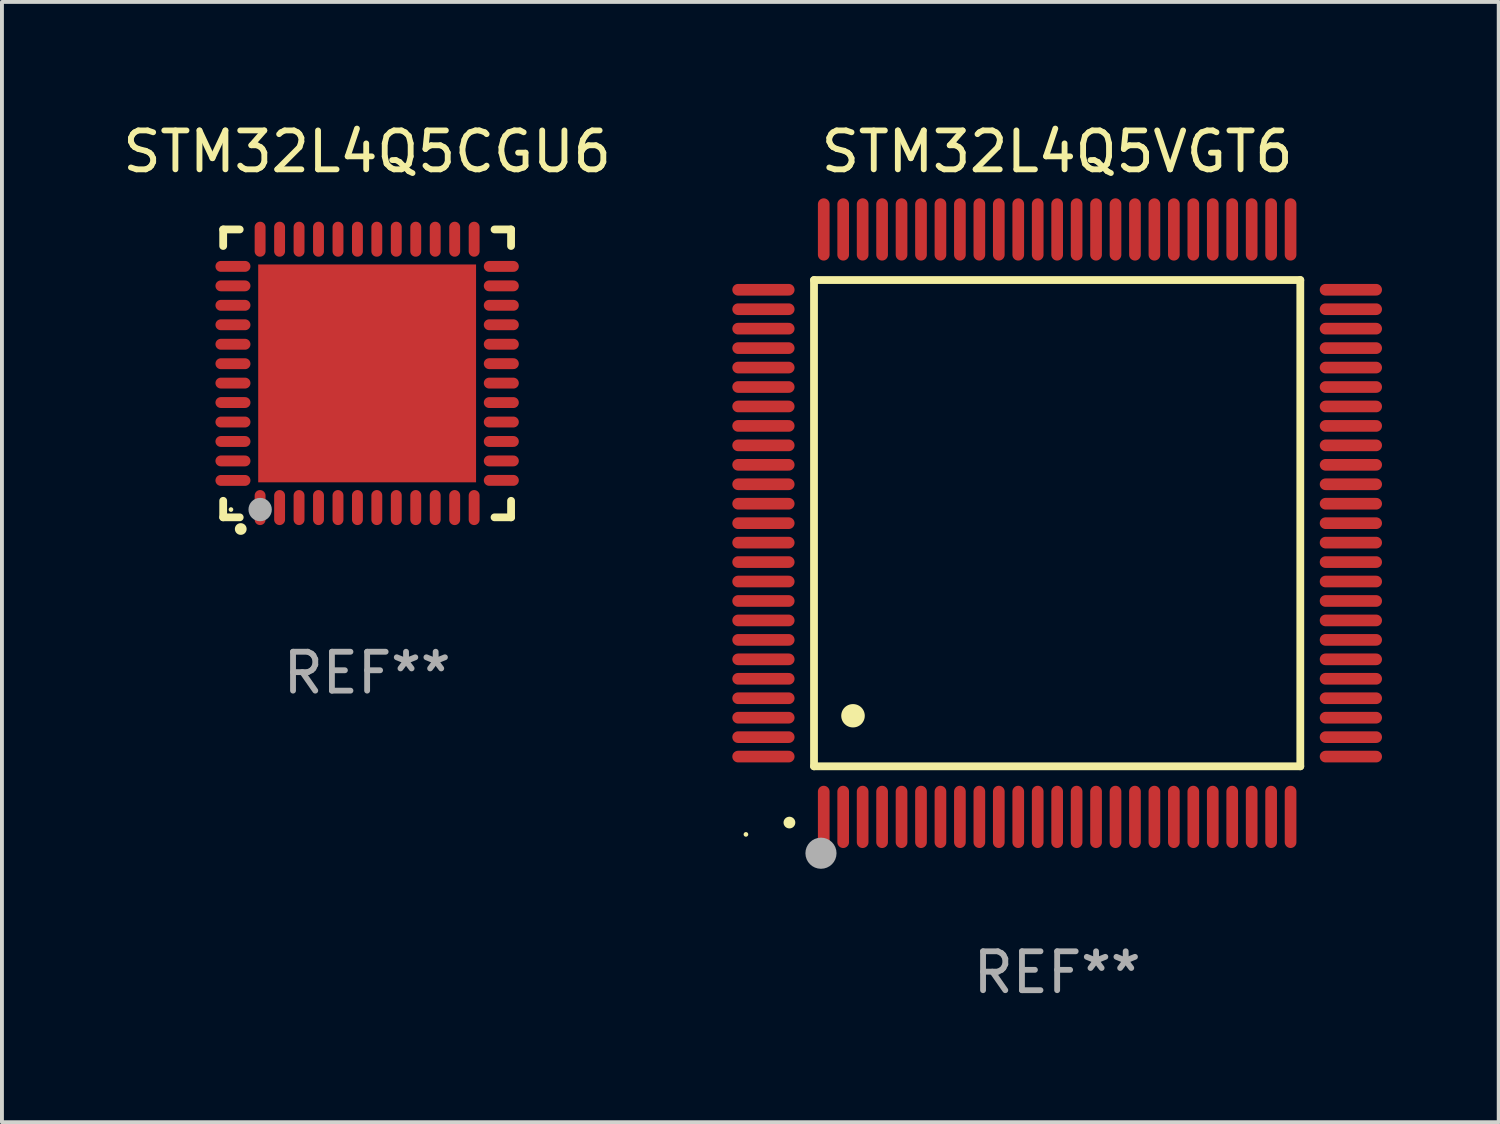
<source format=kicad_pcb>
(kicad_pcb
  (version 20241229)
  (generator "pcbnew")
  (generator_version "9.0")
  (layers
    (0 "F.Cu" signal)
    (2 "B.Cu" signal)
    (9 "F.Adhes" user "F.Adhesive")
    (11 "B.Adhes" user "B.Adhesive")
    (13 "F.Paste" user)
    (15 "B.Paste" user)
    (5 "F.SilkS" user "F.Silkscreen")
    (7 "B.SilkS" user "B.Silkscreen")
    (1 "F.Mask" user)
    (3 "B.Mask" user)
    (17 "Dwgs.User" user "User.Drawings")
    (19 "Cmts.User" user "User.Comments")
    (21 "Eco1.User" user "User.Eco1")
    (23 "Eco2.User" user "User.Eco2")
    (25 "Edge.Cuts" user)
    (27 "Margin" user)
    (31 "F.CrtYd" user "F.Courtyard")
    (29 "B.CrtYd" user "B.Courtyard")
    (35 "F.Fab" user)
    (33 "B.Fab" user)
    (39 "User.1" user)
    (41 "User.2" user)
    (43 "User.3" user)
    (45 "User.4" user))
  (footprint "STM32L4Q5VGT6"
    (layer "F.Cu")
    (at 24.124 10.398)
    (property "Reference" "STM32L4Q5VGT6" (at 0 -9.55 0) (layer "F.SilkS") (effects (font (size 1 1) (thickness 0.15))))
    (attr through_hole)
    (fp_line (start -6.25 -6.25) (end -6.25 6.25) (stroke (width 0.2) (type solid)) (layer "F.SilkS"))
    (fp_line (start -6.25 6.25) (end 6.25 6.25) (stroke (width 0.2) (type solid)) (layer "F.SilkS"))
    (fp_line (start 6.25 -6.25) (end -6.25 -6.25) (stroke (width 0.2) (type solid)) (layer "F.SilkS"))
    (fp_line (start 6.25 6.25) (end 6.25 -6.25) (stroke (width 0.2) (type solid)) (layer "F.SilkS"))
    (fp_arc (start -6.883414 7.696215) (mid -6.882144 7.69621) (end -6.880874 7.696215) (stroke (width 0.3) (type solid)) (layer "F.SilkS"))
    (fp_arc (start -5.250191 4.95047) (mid -5.247651 4.950459) (end -5.245111 4.95047) (stroke (width 0.6) (type solid)) (layer "F.SilkS"))
    (fp_circle (center -8 8) (end -7.97 8) (stroke (width 0.06) (type solid)) (fill no) (layer "F.SilkS"))
    (fp_circle (center -6.071 8.484) (end -5.871 8.484) (stroke (width 0.4) (type solid)) (fill no) (layer "F.Fab"))
    (fp_text user "REF**" (at 0 11.55 0) (layer "F.Fab") (effects (font (size 1 1) (thickness 0.15))))
    (pad "1" smd oval (at -6 7.55) (size 0.3 1.6) (layers "F.Cu" "F.Mask" "F.Paste"))
    (pad "2" smd oval (at -5.5 7.55) (size 0.3 1.6) (layers "F.Cu" "F.Mask" "F.Paste"))
    (pad "3" smd oval (at -5 7.55) (size 0.3 1.6) (layers "F.Cu" "F.Mask" "F.Paste"))
    (pad "4" smd oval (at -4.5 7.55) (size 0.3 1.6) (layers "F.Cu" "F.Mask" "F.Paste"))
    (pad "5" smd oval (at -4 7.55) (size 0.3 1.6) (layers "F.Cu" "F.Mask" "F.Paste"))
    (pad "6" smd oval (at -3.5 7.55) (size 0.3 1.6) (layers "F.Cu" "F.Mask" "F.Paste"))
    (pad "7" smd oval (at -3 7.55) (size 0.3 1.6) (layers "F.Cu" "F.Mask" "F.Paste"))
    (pad "8" smd oval (at -2.5 7.55) (size 0.3 1.6) (layers "F.Cu" "F.Mask" "F.Paste"))
    (pad "9" smd oval (at -2 7.55) (size 0.3 1.6) (layers "F.Cu" "F.Mask" "F.Paste"))
    (pad "10" smd oval (at -1.5 7.55) (size 0.3 1.6) (layers "F.Cu" "F.Mask" "F.Paste"))
    (pad "11" smd oval (at -1 7.55) (size 0.3 1.6) (layers "F.Cu" "F.Mask" "F.Paste"))
    (pad "12" smd oval (at -0.5 7.55) (size 0.3 1.6) (layers "F.Cu" "F.Mask" "F.Paste"))
    (pad "13" smd oval (at 0 7.55) (size 0.3 1.6) (layers "F.Cu" "F.Mask" "F.Paste"))
    (pad "14" smd oval (at 0.5 7.55) (size 0.3 1.6) (layers "F.Cu" "F.Mask" "F.Paste"))
    (pad "15" smd oval (at 1 7.55) (size 0.3 1.6) (layers "F.Cu" "F.Mask" "F.Paste"))
    (pad "16" smd oval (at 1.5 7.55) (size 0.3 1.6) (layers "F.Cu" "F.Mask" "F.Paste"))
    (pad "17" smd oval (at 2 7.55) (size 0.3 1.6) (layers "F.Cu" "F.Mask" "F.Paste"))
    (pad "18" smd oval (at 2.5 7.55) (size 0.3 1.6) (layers "F.Cu" "F.Mask" "F.Paste"))
    (pad "19" smd oval (at 3 7.55) (size 0.3 1.6) (layers "F.Cu" "F.Mask" "F.Paste"))
    (pad "20" smd oval (at 3.5 7.55) (size 0.3 1.6) (layers "F.Cu" "F.Mask" "F.Paste"))
    (pad "21" smd oval (at 4 7.55) (size 0.3 1.6) (layers "F.Cu" "F.Mask" "F.Paste"))
    (pad "22" smd oval (at 4.5 7.55) (size 0.3 1.6) (layers "F.Cu" "F.Mask" "F.Paste"))
    (pad "23" smd oval (at 5 7.55) (size 0.3 1.6) (layers "F.Cu" "F.Mask" "F.Paste"))
    (pad "24" smd oval (at 5.5 7.55) (size 0.3 1.6) (layers "F.Cu" "F.Mask" "F.Paste"))
    (pad "25" smd oval (at 6 7.55) (size 0.3 1.6) (layers "F.Cu" "F.Mask" "F.Paste"))
    (pad "26" smd oval (at 7.55 6) (size 1.6 0.3) (layers "F.Cu" "F.Mask" "F.Paste"))
    (pad "27" smd oval (at 7.55 5.5) (size 1.6 0.3) (layers "F.Cu" "F.Mask" "F.Paste"))
    (pad "28" smd oval (at 7.55 5) (size 1.6 0.3) (layers "F.Cu" "F.Mask" "F.Paste"))
    (pad "29" smd oval (at 7.55 4.5) (size 1.6 0.3) (layers "F.Cu" "F.Mask" "F.Paste"))
    (pad "30" smd oval (at 7.55 4) (size 1.6 0.3) (layers "F.Cu" "F.Mask" "F.Paste"))
    (pad "31" smd oval (at 7.55 3.5) (size 1.6 0.3) (layers "F.Cu" "F.Mask" "F.Paste"))
    (pad "32" smd oval (at 7.55 3) (size 1.6 0.3) (layers "F.Cu" "F.Mask" "F.Paste"))
    (pad "33" smd oval (at 7.55 2.5) (size 1.6 0.3) (layers "F.Cu" "F.Mask" "F.Paste"))
    (pad "34" smd oval (at 7.55 2) (size 1.6 0.3) (layers "F.Cu" "F.Mask" "F.Paste"))
    (pad "35" smd oval (at 7.55 1.5) (size 1.6 0.3) (layers "F.Cu" "F.Mask" "F.Paste"))
    (pad "36" smd oval (at 7.55 1) (size 1.6 0.3) (layers "F.Cu" "F.Mask" "F.Paste"))
    (pad "37" smd oval (at 7.55 0.5) (size 1.6 0.3) (layers "F.Cu" "F.Mask" "F.Paste"))
    (pad "38" smd oval (at 7.55 0) (size 1.6 0.3) (layers "F.Cu" "F.Mask" "F.Paste"))
    (pad "39" smd oval (at 7.55 -0.5) (size 1.6 0.3) (layers "F.Cu" "F.Mask" "F.Paste"))
    (pad "40" smd oval (at 7.55 -1) (size 1.6 0.3) (layers "F.Cu" "F.Mask" "F.Paste"))
    (pad "41" smd oval (at 7.55 -1.5) (size 1.6 0.3) (layers "F.Cu" "F.Mask" "F.Paste"))
    (pad "42" smd oval (at 7.55 -2) (size 1.6 0.3) (layers "F.Cu" "F.Mask" "F.Paste"))
    (pad "43" smd oval (at 7.55 -2.5) (size 1.6 0.3) (layers "F.Cu" "F.Mask" "F.Paste"))
    (pad "44" smd oval (at 7.55 -3) (size 1.6 0.3) (layers "F.Cu" "F.Mask" "F.Paste"))
    (pad "45" smd oval (at 7.55 -3.5) (size 1.6 0.3) (layers "F.Cu" "F.Mask" "F.Paste"))
    (pad "46" smd oval (at 7.55 -4) (size 1.6 0.3) (layers "F.Cu" "F.Mask" "F.Paste"))
    (pad "47" smd oval (at 7.55 -4.5) (size 1.6 0.3) (layers "F.Cu" "F.Mask" "F.Paste"))
    (pad "48" smd oval (at 7.55 -5) (size 1.6 0.3) (layers "F.Cu" "F.Mask" "F.Paste"))
    (pad "49" smd oval (at 7.55 -5.5) (size 1.6 0.3) (layers "F.Cu" "F.Mask" "F.Paste"))
    (pad "50" smd oval (at 7.55 -6) (size 1.6 0.3) (layers "F.Cu" "F.Mask" "F.Paste"))
    (pad "51" smd oval (at 6 -7.55) (size 0.3 1.6) (layers "F.Cu" "F.Mask" "F.Paste"))
    (pad "52" smd oval (at 5.5 -7.55) (size 0.3 1.6) (layers "F.Cu" "F.Mask" "F.Paste"))
    (pad "53" smd oval (at 5 -7.55) (size 0.3 1.6) (layers "F.Cu" "F.Mask" "F.Paste"))
    (pad "54" smd oval (at 4.5 -7.55) (size 0.3 1.6) (layers "F.Cu" "F.Mask" "F.Paste"))
    (pad "55" smd oval (at 4 -7.55) (size 0.3 1.6) (layers "F.Cu" "F.Mask" "F.Paste"))
    (pad "56" smd oval (at 3.5 -7.55) (size 0.3 1.6) (layers "F.Cu" "F.Mask" "F.Paste"))
    (pad "57" smd oval (at 3 -7.55) (size 0.3 1.6) (layers "F.Cu" "F.Mask" "F.Paste"))
    (pad "58" smd oval (at 2.5 -7.55) (size 0.3 1.6) (layers "F.Cu" "F.Mask" "F.Paste"))
    (pad "59" smd oval (at 2 -7.55) (size 0.3 1.6) (layers "F.Cu" "F.Mask" "F.Paste"))
    (pad "60" smd oval (at 1.5 -7.55) (size 0.3 1.6) (layers "F.Cu" "F.Mask" "F.Paste"))
    (pad "61" smd oval (at 1 -7.55) (size 0.3 1.6) (layers "F.Cu" "F.Mask" "F.Paste"))
    (pad "62" smd oval (at 0.5 -7.55) (size 0.3 1.6) (layers "F.Cu" "F.Mask" "F.Paste"))
    (pad "63" smd oval (at 0 -7.55) (size 0.3 1.6) (layers "F.Cu" "F.Mask" "F.Paste"))
    (pad "64" smd oval (at -0.5 -7.55) (size 0.3 1.6) (layers "F.Cu" "F.Mask" "F.Paste"))
    (pad "65" smd oval (at -1 -7.55) (size 0.3 1.6) (layers "F.Cu" "F.Mask" "F.Paste"))
    (pad "66" smd oval (at -1.5 -7.55) (size 0.3 1.6) (layers "F.Cu" "F.Mask" "F.Paste"))
    (pad "67" smd oval (at -2 -7.55) (size 0.3 1.6) (layers "F.Cu" "F.Mask" "F.Paste"))
    (pad "68" smd oval (at -2.5 -7.55) (size 0.3 1.6) (layers "F.Cu" "F.Mask" "F.Paste"))
    (pad "69" smd oval (at -3 -7.55) (size 0.3 1.6) (layers "F.Cu" "F.Mask" "F.Paste"))
    (pad "70" smd oval (at -3.5 -7.55) (size 0.3 1.6) (layers "F.Cu" "F.Mask" "F.Paste"))
    (pad "71" smd oval (at -4 -7.55) (size 0.3 1.6) (layers "F.Cu" "F.Mask" "F.Paste"))
    (pad "72" smd oval (at -4.5 -7.55) (size 0.3 1.6) (layers "F.Cu" "F.Mask" "F.Paste"))
    (pad "73" smd oval (at -5 -7.55) (size 0.3 1.6) (layers "F.Cu" "F.Mask" "F.Paste"))
    (pad "74" smd oval (at -5.5 -7.55) (size 0.3 1.6) (layers "F.Cu" "F.Mask" "F.Paste"))
    (pad "75" smd oval (at -6 -7.55) (size 0.3 1.6) (layers "F.Cu" "F.Mask" "F.Paste"))
    (pad "76" smd oval (at -7.55 -6) (size 1.6 0.3) (layers "F.Cu" "F.Mask" "F.Paste"))
    (pad "77" smd oval (at -7.55 -5.5) (size 1.6 0.3) (layers "F.Cu" "F.Mask" "F.Paste"))
    (pad "78" smd oval (at -7.55 -5) (size 1.6 0.3) (layers "F.Cu" "F.Mask" "F.Paste"))
    (pad "79" smd oval (at -7.55 -4.5) (size 1.6 0.3) (layers "F.Cu" "F.Mask" "F.Paste"))
    (pad "80" smd oval (at -7.55 -4) (size 1.6 0.3) (layers "F.Cu" "F.Mask" "F.Paste"))
    (pad "81" smd oval (at -7.55 -3.5) (size 1.6 0.3) (layers "F.Cu" "F.Mask" "F.Paste"))
    (pad "82" smd oval (at -7.55 -3) (size 1.6 0.3) (layers "F.Cu" "F.Mask" "F.Paste"))
    (pad "83" smd oval (at -7.55 -2.5) (size 1.6 0.3) (layers "F.Cu" "F.Mask" "F.Paste"))
    (pad "84" smd oval (at -7.55 -2) (size 1.6 0.3) (layers "F.Cu" "F.Mask" "F.Paste"))
    (pad "85" smd oval (at -7.55 -1.5) (size 1.6 0.3) (layers "F.Cu" "F.Mask" "F.Paste"))
    (pad "86" smd oval (at -7.55 -1) (size 1.6 0.3) (layers "F.Cu" "F.Mask" "F.Paste"))
    (pad "87" smd oval (at -7.55 -0.5) (size 1.6 0.3) (layers "F.Cu" "F.Mask" "F.Paste"))
    (pad "88" smd oval (at -7.55 0) (size 1.6 0.3) (layers "F.Cu" "F.Mask" "F.Paste"))
    (pad "89" smd oval (at -7.55 0.5) (size 1.6 0.3) (layers "F.Cu" "F.Mask" "F.Paste"))
    (pad "90" smd oval (at -7.55 1) (size 1.6 0.3) (layers "F.Cu" "F.Mask" "F.Paste"))
    (pad "91" smd oval (at -7.55 1.5) (size 1.6 0.3) (layers "F.Cu" "F.Mask" "F.Paste"))
    (pad "92" smd oval (at -7.55 2) (size 1.6 0.3) (layers "F.Cu" "F.Mask" "F.Paste"))
    (pad "93" smd oval (at -7.55 2.5) (size 1.6 0.3) (layers "F.Cu" "F.Mask" "F.Paste"))
    (pad "94" smd oval (at -7.55 3) (size 1.6 0.3) (layers "F.Cu" "F.Mask" "F.Paste"))
    (pad "95" smd oval (at -7.55 3.5) (size 1.6 0.3) (layers "F.Cu" "F.Mask" "F.Paste"))
    (pad "96" smd oval (at -7.55 4) (size 1.6 0.3) (layers "F.Cu" "F.Mask" "F.Paste"))
    (pad "97" smd oval (at -7.55 4.5) (size 1.6 0.3) (layers "F.Cu" "F.Mask" "F.Paste"))
    (pad "98" smd oval (at -7.55 5) (size 1.6 0.3) (layers "F.Cu" "F.Mask" "F.Paste"))
    (pad "99" smd oval (at -7.55 5.5) (size 1.6 0.3) (layers "F.Cu" "F.Mask" "F.Paste"))
    (pad "100" smd oval (at -7.55 6) (size 1.6 0.3) (layers "F.Cu" "F.Mask" "F.Paste")))
  (footprint "STM32L4Q5CGU6"
    (layer "F.Cu")
    (at 6.387 6.548)
    (property "Reference" "STM32L4Q5CGU6" (at 0 -5.7 0) (layer "F.SilkS") (effects (font (size 1 1) (thickness 0.15))))
    (attr through_hole)
    (fp_line (start -3.7 -3.7) (end -3.275 -3.7) (stroke (width 0.2) (type solid)) (layer "F.SilkS"))
    (fp_line (start -3.7 -3.275) (end -3.7 -3.7) (stroke (width 0.2) (type solid)) (layer "F.SilkS"))
    (fp_line (start -3.7 3.7) (end -3.7 3.275) (stroke (width 0.2) (type solid)) (layer "F.SilkS"))
    (fp_line (start -3.275 3.7) (end -3.7 3.7) (stroke (width 0.2) (type solid)) (layer "F.SilkS"))
    (fp_line (start 3.7 -3.7) (end 3.275 -3.7) (stroke (width 0.2) (type solid)) (layer "F.SilkS"))
    (fp_line (start 3.7 -3.275) (end 3.7 -3.7) (stroke (width 0.2) (type solid)) (layer "F.SilkS"))
    (fp_line (start 3.7 3.275) (end 3.7 3.7) (stroke (width 0.2) (type solid)) (layer "F.SilkS"))
    (fp_line (start 3.7 3.7) (end 3.275 3.7) (stroke (width 0.2) (type solid)) (layer "F.SilkS"))
    (fp_arc (start -3.249936 3.999975) (mid -3.248666 3.99997) (end -3.247396 3.999975) (stroke (width 0.3) (type solid)) (layer "F.SilkS"))
    (fp_circle (center -3.5 3.5) (end -3.47 3.5) (stroke (width 0.06) (type solid)) (fill no) (layer "F.SilkS"))
    (fp_circle (center -2.75 3.5) (end -2.6 3.5) (stroke (width 0.3) (type solid)) (fill no) (layer "F.Fab"))
    (fp_text user "REF**" (at 0 7.7 0) (layer "F.Fab") (effects (font (size 1 1) (thickness 0.15))))
    (pad "1" smd oval (at -2.751 3.449) (size 0.28 0.9) (layers "F.Cu" "F.Mask" "F.Paste"))
    (pad "2" smd oval (at -2.25 3.449) (size 0.28 0.9) (layers "F.Cu" "F.Mask" "F.Paste"))
    (pad "3" smd oval (at -1.75 3.449) (size 0.28 0.9) (layers "F.Cu" "F.Mask" "F.Paste"))
    (pad "4" smd oval (at -1.25 3.449) (size 0.28 0.9) (layers "F.Cu" "F.Mask" "F.Paste"))
    (pad "5" smd oval (at -0.749 3.449) (size 0.28 0.9) (layers "F.Cu" "F.Mask" "F.Paste"))
    (pad "6" smd oval (at -0.249 3.449) (size 0.28 0.9) (layers "F.Cu" "F.Mask" "F.Paste"))
    (pad "7" smd oval (at 0.249 3.449) (size 0.28 0.9) (layers "F.Cu" "F.Mask" "F.Paste"))
    (pad "8" smd oval (at 0.749 3.449) (size 0.28 0.9) (layers "F.Cu" "F.Mask" "F.Paste"))
    (pad "9" smd oval (at 1.25 3.449) (size 0.28 0.9) (layers "F.Cu" "F.Mask" "F.Paste"))
    (pad "10" smd oval (at 1.75 3.449) (size 0.28 0.9) (layers "F.Cu" "F.Mask" "F.Paste"))
    (pad "11" smd oval (at 2.251 3.449) (size 0.28 0.9) (layers "F.Cu" "F.Mask" "F.Paste"))
    (pad "12" smd oval (at 2.751 3.449) (size 0.28 0.9) (layers "F.Cu" "F.Mask" "F.Paste"))
    (pad "13" smd oval (at 3.449 2.75) (size 0.9 0.28) (layers "F.Cu" "F.Mask" "F.Paste"))
    (pad "14" smd oval (at 3.449 2.25) (size 0.9 0.28) (layers "F.Cu" "F.Mask" "F.Paste"))
    (pad "15" smd oval (at 3.449 1.75) (size 0.9 0.28) (layers "F.Cu" "F.Mask" "F.Paste"))
    (pad "16" smd oval (at 3.449 1.25) (size 0.9 0.28) (layers "F.Cu" "F.Mask" "F.Paste"))
    (pad "17" smd oval (at 3.449 0.75) (size 0.9 0.28) (layers "F.Cu" "F.Mask" "F.Paste"))
    (pad "18" smd oval (at 3.449 0.25) (size 0.9 0.28) (layers "F.Cu" "F.Mask" "F.Paste"))
    (pad "19" smd oval (at 3.449 -0.25) (size 0.9 0.28) (layers "F.Cu" "F.Mask" "F.Paste"))
    (pad "20" smd oval (at 3.449 -0.75) (size 0.9 0.28) (layers "F.Cu" "F.Mask" "F.Paste"))
    (pad "21" smd oval (at 3.449 -1.25) (size 0.9 0.28) (layers "F.Cu" "F.Mask" "F.Paste"))
    (pad "22" smd oval (at 3.449 -1.75) (size 0.9 0.28) (layers "F.Cu" "F.Mask" "F.Paste"))
    (pad "23" smd oval (at 3.449 -2.25) (size 0.9 0.28) (layers "F.Cu" "F.Mask" "F.Paste"))
    (pad "24" smd oval (at 3.449 -2.75) (size 0.9 0.28) (layers "F.Cu" "F.Mask" "F.Paste"))
    (pad "25" smd oval (at 2.751 -3.449) (size 0.28 0.9) (layers "F.Cu" "F.Mask" "F.Paste"))
    (pad "26" smd oval (at 2.251 -3.449) (size 0.28 0.9) (layers "F.Cu" "F.Mask" "F.Paste"))
    (pad "27" smd oval (at 1.75 -3.449) (size 0.28 0.9) (layers "F.Cu" "F.Mask" "F.Paste"))
    (pad "28" smd oval (at 1.25 -3.449) (size 0.28 0.9) (layers "F.Cu" "F.Mask" "F.Paste"))
    (pad "29" smd oval (at 0.749 -3.449) (size 0.28 0.9) (layers "F.Cu" "F.Mask" "F.Paste"))
    (pad "30" smd oval (at 0.249 -3.449) (size 0.28 0.9) (layers "F.Cu" "F.Mask" "F.Paste"))
    (pad "31" smd oval (at -0.249 -3.449) (size 0.28 0.9) (layers "F.Cu" "F.Mask" "F.Paste"))
    (pad "32" smd oval (at -0.749 -3.449) (size 0.28 0.9) (layers "F.Cu" "F.Mask" "F.Paste"))
    (pad "33" smd oval (at -1.25 -3.449) (size 0.28 0.9) (layers "F.Cu" "F.Mask" "F.Paste"))
    (pad "34" smd oval (at -1.75 -3.449) (size 0.28 0.9) (layers "F.Cu" "F.Mask" "F.Paste"))
    (pad "35" smd oval (at -2.25 -3.449) (size 0.28 0.9) (layers "F.Cu" "F.Mask" "F.Paste"))
    (pad "36" smd oval (at -2.751 -3.449) (size 0.28 0.9) (layers "F.Cu" "F.Mask" "F.Paste"))
    (pad "37" smd oval (at -3.449 -2.751) (size 0.9 0.28) (layers "F.Cu" "F.Mask" "F.Paste"))
    (pad "38" smd oval (at -3.449 -2.25) (size 0.9 0.28) (layers "F.Cu" "F.Mask" "F.Paste"))
    (pad "39" smd oval (at -3.449 -1.75) (size 0.9 0.28) (layers "F.Cu" "F.Mask" "F.Paste"))
    (pad "40" smd oval (at -3.449 -1.25) (size 0.9 0.28) (layers "F.Cu" "F.Mask" "F.Paste"))
    (pad "41" smd oval (at -3.449 -0.749) (size 0.9 0.28) (layers "F.Cu" "F.Mask" "F.Paste"))
    (pad "42" smd oval (at -3.449 -0.249) (size 0.9 0.28) (layers "F.Cu" "F.Mask" "F.Paste"))
    (pad "43" smd oval (at -3.449 0.249) (size 0.9 0.28) (layers "F.Cu" "F.Mask" "F.Paste"))
    (pad "44" smd oval (at -3.449 0.749) (size 0.9 0.28) (layers "F.Cu" "F.Mask" "F.Paste"))
    (pad "45" smd oval (at -3.449 1.25) (size 0.9 0.28) (layers "F.Cu" "F.Mask" "F.Paste"))
    (pad "46" smd oval (at -3.449 1.75) (size 0.9 0.28) (layers "F.Cu" "F.Mask" "F.Paste"))
    (pad "47" smd oval (at -3.449 2.25) (size 0.9 0.28) (layers "F.Cu" "F.Mask" "F.Paste"))
    (pad "48" smd oval (at -3.449 2.751) (size 0.9 0.28) (layers "F.Cu" "F.Mask" "F.Paste"))
    (pad "49" smd rect (at 0.000076 -0.000025) (size 5.6 5.6) (layers "F.Cu" "F.Mask" "F.Paste")))
  (gr_rect
    (start -3 -3)
    (end 35.474 25.796)
    (stroke (width 0.1) (type default))
    (fill no)
    (layer "Edge.Cuts")))
</source>
